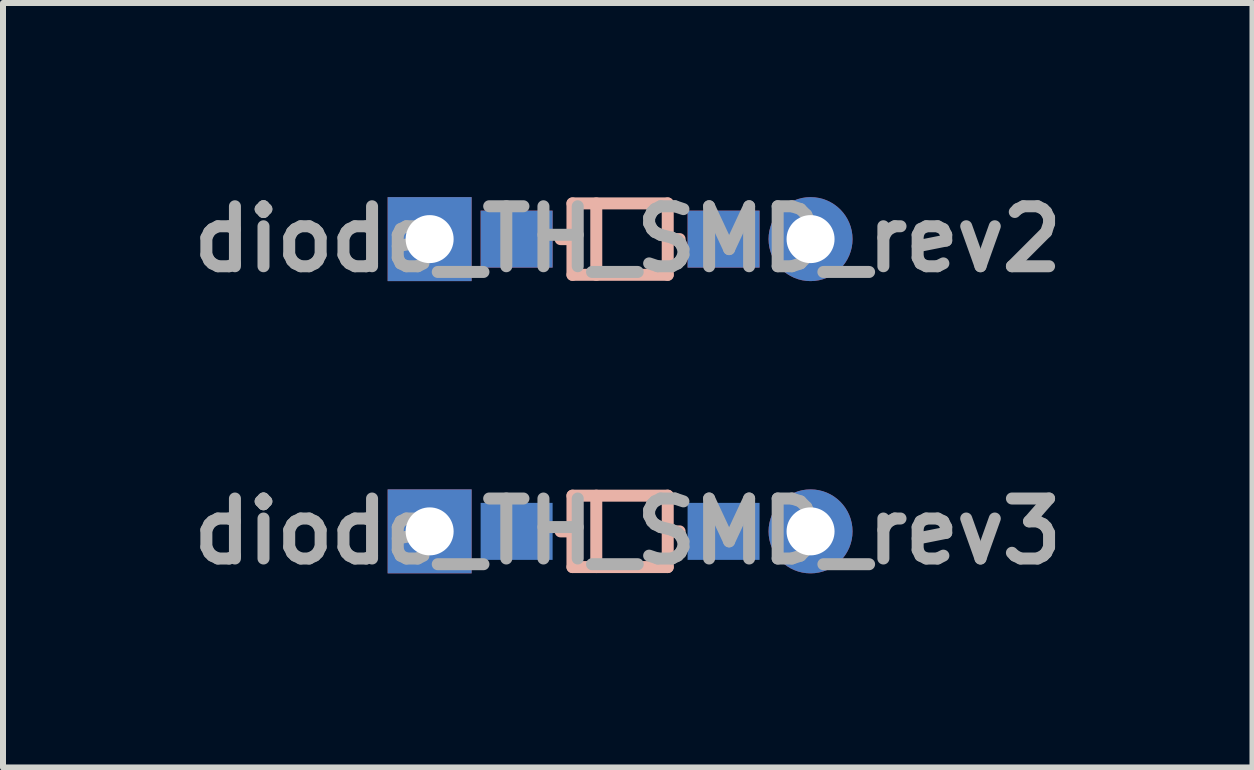
<source format=kicad_pcb>
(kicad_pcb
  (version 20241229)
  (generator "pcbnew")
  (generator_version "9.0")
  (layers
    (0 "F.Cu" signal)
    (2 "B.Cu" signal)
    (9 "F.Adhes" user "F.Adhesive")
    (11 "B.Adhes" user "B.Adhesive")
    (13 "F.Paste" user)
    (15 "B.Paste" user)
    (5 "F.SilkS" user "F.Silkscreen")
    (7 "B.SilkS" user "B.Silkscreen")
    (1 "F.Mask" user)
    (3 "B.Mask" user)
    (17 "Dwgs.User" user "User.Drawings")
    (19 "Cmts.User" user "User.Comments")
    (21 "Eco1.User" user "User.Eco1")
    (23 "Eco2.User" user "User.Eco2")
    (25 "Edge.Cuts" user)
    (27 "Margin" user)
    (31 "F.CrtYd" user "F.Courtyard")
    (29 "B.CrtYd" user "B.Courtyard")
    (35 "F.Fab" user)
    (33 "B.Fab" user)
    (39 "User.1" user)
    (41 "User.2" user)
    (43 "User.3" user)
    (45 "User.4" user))
  (footprint "diode_TH_SMD_rev2"
    (layer "F.Cu")
    (at 4.112 0.936)
    (property "Reference" "diode_TH_SMD_rev2" (at 3.302 0 0) (layer "F.Fab") (effects (font (size 1 1) (thickness 0.2))))
    (attr through_hole)
    (fp_line (start 2.183 0) (end 2.381 0) (stroke (width 0.2) (type solid)) (layer "B.SilkS"))
    (fp_line (start 2.381 -0.595) (end 2.381 0.595) (stroke (width 0.2) (type solid)) (layer "B.SilkS"))
    (fp_line (start 2.381 0.595) (end 3.969 0.595) (stroke (width 0.2) (type solid)) (layer "B.SilkS"))
    (fp_line (start 2.778 0.595) (end 2.778 -0.595) (stroke (width 0.2) (type solid)) (layer "B.SilkS"))
    (fp_line (start 3.969 -0.595) (end 2.381 -0.595) (stroke (width 0.2) (type solid)) (layer "B.SilkS"))
    (fp_line (start 3.969 0) (end 4.167 0) (stroke (width 0.2) (type solid)) (layer "B.SilkS"))
    (fp_line (start 3.969 0.595) (end 3.969 -0.595) (stroke (width 0.2) (type solid)) (layer "B.SilkS"))
    (pad "1" thru_hole rect (at 0 0) (size 1.4 1.4) (drill 0.8) (layers "*.Cu" "*.Mask"))
    (pad "1" smd rect (at 1.45 0) (size 1.2 0.95) (layers "F.Cu" "F.Mask" "F.Paste"))
    (pad "1" smd rect (at 1.45 0) (size 1.2 0.95) (layers "B.Cu" "B.Mask" "B.Paste"))
    (pad "2" smd rect (at 4.9 0) (size 1.2 0.95) (layers "F.Cu" "F.Mask" "F.Paste"))
    (pad "2" smd rect (at 4.9 0) (size 1.2 0.95) (layers "B.Cu" "B.Mask" "B.Paste"))
    (pad "2" thru_hole circle (at 6.35 0) (size 1.4 1.4) (drill 0.8) (layers "*.Cu" "*.Mask")))
  (footprint "diode_TH_SMD_rev3"
    (layer "F.Cu")
    (at 4.112 5.808)
    (property "Reference" "diode_TH_SMD_rev3" (at 3.302 0 0) (layer "F.Fab") (effects (font (size 1 1) (thickness 0.2))))
    (attr through_hole)
    (fp_line (start 2.183 0) (end 2.381 0) (stroke (width 0.2) (type solid)) (layer "B.SilkS"))
    (fp_line (start 2.381 -0.595) (end 2.381 0.595) (stroke (width 0.2) (type solid)) (layer "B.SilkS"))
    (fp_line (start 2.381 0.595) (end 3.969 0.595) (stroke (width 0.2) (type solid)) (layer "B.SilkS"))
    (fp_line (start 2.778 0.595) (end 2.778 -0.595) (stroke (width 0.2) (type solid)) (layer "B.SilkS"))
    (fp_line (start 3.969 -0.595) (end 2.381 -0.595) (stroke (width 0.2) (type solid)) (layer "B.SilkS"))
    (fp_line (start 3.969 0) (end 4.167 0) (stroke (width 0.2) (type solid)) (layer "B.SilkS"))
    (fp_line (start 3.969 0.595) (end 3.969 -0.595) (stroke (width 0.2) (type solid)) (layer "B.SilkS"))
    (pad "1" thru_hole rect (at 0 0) (size 1.4 1.4) (drill 0.8) (layers "*.Cu" "*.Mask"))
    (pad "1" smd rect (at 1.45 0) (size 1.2 0.95) (layers "B.Cu" "B.Mask" "B.Paste"))
    (pad "2" smd rect (at 4.9 0) (size 1.2 0.95) (layers "B.Cu" "B.Mask" "B.Paste"))
    (pad "2" thru_hole circle (at 6.35 0) (size 1.4 1.4) (drill 0.8) (layers "*.Cu" "*.Mask")))
  (gr_rect
    (start -3 -3)
    (end 17.829 9.744)
    (stroke (width 0.1) (type default))
    (fill no)
    (layer "Edge.Cuts")))
</source>
